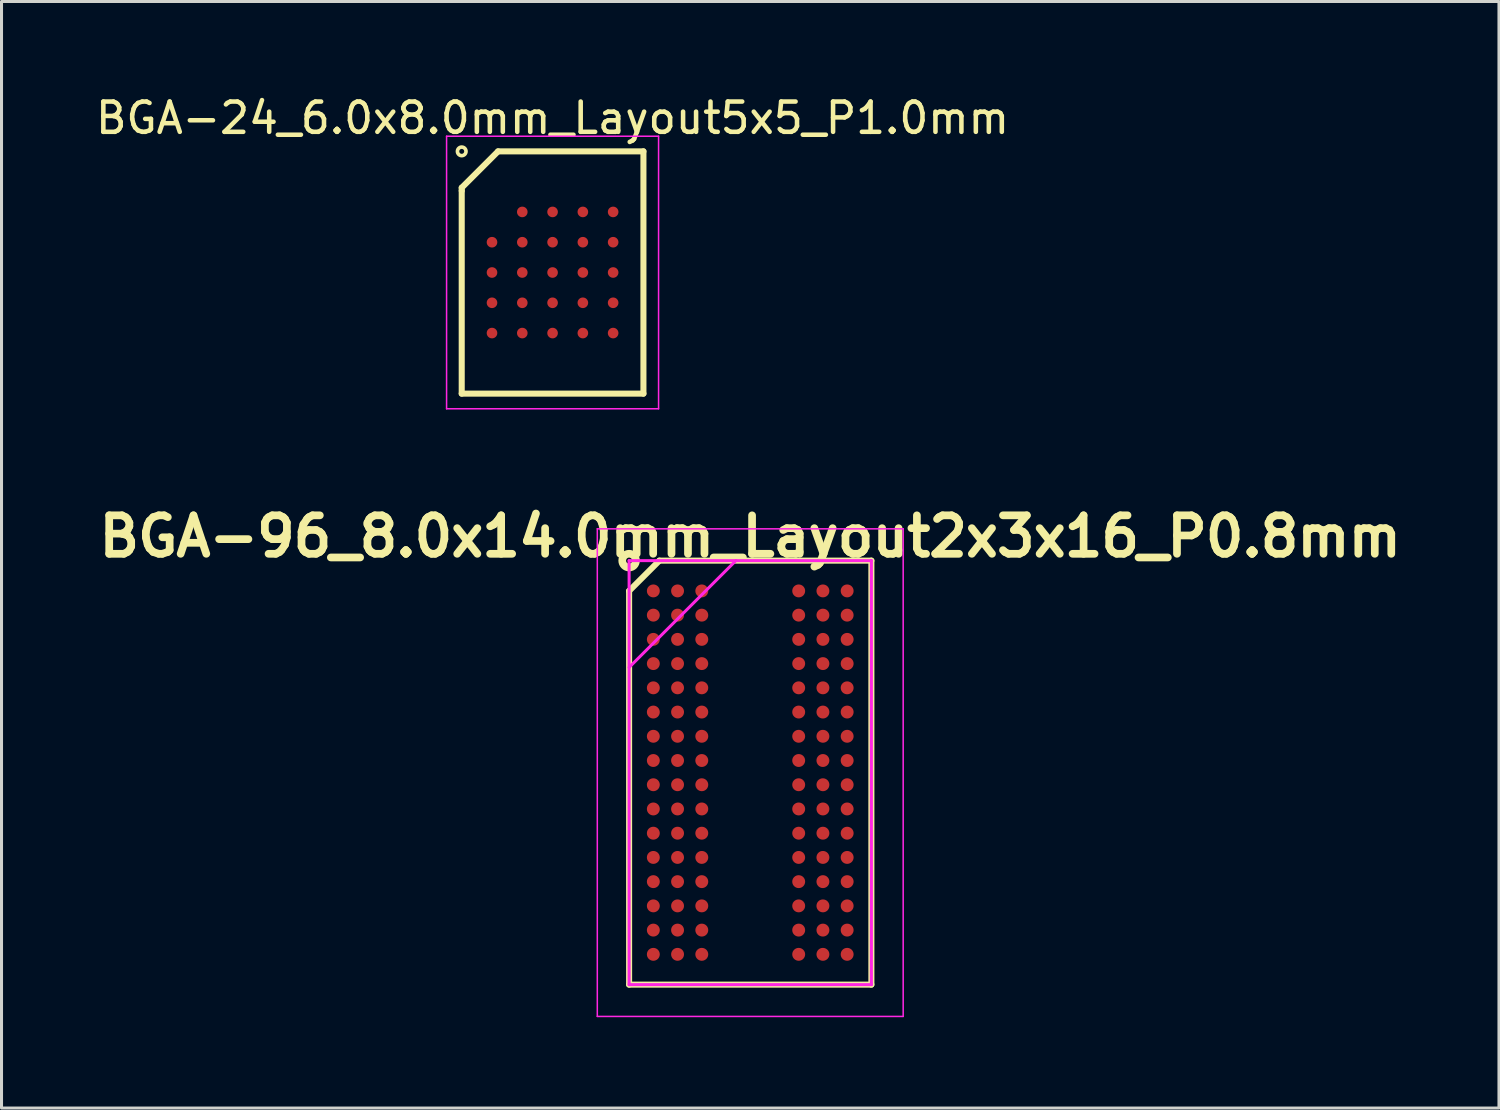
<source format=kicad_pcb>
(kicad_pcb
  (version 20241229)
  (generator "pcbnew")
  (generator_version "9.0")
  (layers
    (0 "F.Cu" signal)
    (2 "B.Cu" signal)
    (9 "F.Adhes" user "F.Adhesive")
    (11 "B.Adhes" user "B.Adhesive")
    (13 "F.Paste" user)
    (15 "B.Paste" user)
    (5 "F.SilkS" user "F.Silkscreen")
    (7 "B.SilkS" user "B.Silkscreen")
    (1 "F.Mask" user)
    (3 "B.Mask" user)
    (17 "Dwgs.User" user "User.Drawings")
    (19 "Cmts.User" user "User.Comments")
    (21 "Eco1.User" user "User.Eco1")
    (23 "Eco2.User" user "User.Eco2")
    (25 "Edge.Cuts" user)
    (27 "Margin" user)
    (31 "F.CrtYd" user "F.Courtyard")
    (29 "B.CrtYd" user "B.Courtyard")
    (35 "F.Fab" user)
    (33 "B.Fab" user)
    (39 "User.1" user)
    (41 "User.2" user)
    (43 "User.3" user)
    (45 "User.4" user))
  (footprint "BGA-96_8.0x14.0mm_Layout2x3x16_P0.8mm"
    (layer "F.Cu")
    (at 21.723 22.462)
    (property "Reference" "BGA-96_8.0x14.0mm_Layout2x3x16_P0.8mm" (at 0 -7.8 0) (layer "F.SilkS") (effects (font (size 1.27 1.27) (thickness 0.254))))
    (attr smd)
    (fp_line (start -4 -6) (end -3 -7) (stroke (width 0.2) (type solid)) (layer "F.SilkS"))
    (fp_line (start -4 7) (end -4 -6) (stroke (width 0.2) (type solid)) (layer "F.SilkS"))
    (fp_line (start -3 -7) (end 4 -7) (stroke (width 0.2) (type solid)) (layer "F.SilkS"))
    (fp_line (start 4 -7) (end 4 7) (stroke (width 0.2) (type solid)) (layer "F.SilkS"))
    (fp_line (start 4 7) (end -4 7) (stroke (width 0.2) (type solid)) (layer "F.SilkS"))
    (fp_circle (center -4 -7) (end -3.9 -7) (stroke (width 0.254) (type solid)) (fill no) (layer "F.SilkS"))
    (fp_line (start -5.05 -8.05) (end 5.05 -8.05) (stroke (width 0.05) (type solid)) (layer "F.CrtYd"))
    (fp_line (start -5.05 8.05) (end -5.05 -8.05) (stroke (width 0.05) (type solid)) (layer "F.CrtYd"))
    (fp_line (start -4 -7) (end 4 -7) (stroke (width 0.1) (type solid)) (layer "F.CrtYd"))
    (fp_line (start -4 -3.475) (end -0.475 -7) (stroke (width 0.1) (type solid)) (layer "F.CrtYd"))
    (fp_line (start -4 7) (end -4 -7) (stroke (width 0.1) (type solid)) (layer "F.CrtYd"))
    (fp_line (start 4 -7) (end 4 7) (stroke (width 0.1) (type solid)) (layer "F.CrtYd"))
    (fp_line (start 4 7) (end -4 7) (stroke (width 0.1) (type solid)) (layer "F.CrtYd"))
    (fp_line (start 5.05 -8.05) (end 5.05 8.05) (stroke (width 0.05) (type solid)) (layer "F.CrtYd"))
    (fp_line (start 5.05 8.05) (end -5.05 8.05) (stroke (width 0.05) (type solid)) (layer "F.CrtYd"))
    (pad "A1" smd circle (at -3.2 -6 90) (size 0.426 0.426) (layers "F.Cu" "F.Mask" "F.Paste"))
    (pad "A2" smd circle (at -2.4 -6 90) (size 0.426 0.426) (layers "F.Cu" "F.Mask" "F.Paste"))
    (pad "A3" smd circle (at -1.6 -6 90) (size 0.426 0.426) (layers "F.Cu" "F.Mask" "F.Paste"))
    (pad "A7" smd circle (at 1.6 -6 90) (size 0.426 0.426) (layers "F.Cu" "F.Mask" "F.Paste"))
    (pad "A8" smd circle (at 2.4 -6 90) (size 0.426 0.426) (layers "F.Cu" "F.Mask" "F.Paste"))
    (pad "A9" smd circle (at 3.2 -6 90) (size 0.426 0.426) (layers "F.Cu" "F.Mask" "F.Paste"))
    (pad "B1" smd circle (at -3.2 -5.2 90) (size 0.426 0.426) (layers "F.Cu" "F.Mask" "F.Paste"))
    (pad "B2" smd circle (at -2.4 -5.2 90) (size 0.426 0.426) (layers "F.Cu" "F.Mask" "F.Paste"))
    (pad "B3" smd circle (at -1.6 -5.2 90) (size 0.426 0.426) (layers "F.Cu" "F.Mask" "F.Paste"))
    (pad "B7" smd circle (at 1.6 -5.2 90) (size 0.426 0.426) (layers "F.Cu" "F.Mask" "F.Paste"))
    (pad "B8" smd circle (at 2.4 -5.2 90) (size 0.426 0.426) (layers "F.Cu" "F.Mask" "F.Paste"))
    (pad "B9" smd circle (at 3.2 -5.2 90) (size 0.426 0.426) (layers "F.Cu" "F.Mask" "F.Paste"))
    (pad "C1" smd circle (at -3.2 -4.4 90) (size 0.426 0.426) (layers "F.Cu" "F.Mask" "F.Paste"))
    (pad "C2" smd circle (at -2.4 -4.4 90) (size 0.426 0.426) (layers "F.Cu" "F.Mask" "F.Paste"))
    (pad "C3" smd circle (at -1.6 -4.4 90) (size 0.426 0.426) (layers "F.Cu" "F.Mask" "F.Paste"))
    (pad "C7" smd circle (at 1.6 -4.4 90) (size 0.426 0.426) (layers "F.Cu" "F.Mask" "F.Paste"))
    (pad "C8" smd circle (at 2.4 -4.4 90) (size 0.426 0.426) (layers "F.Cu" "F.Mask" "F.Paste"))
    (pad "C9" smd circle (at 3.2 -4.4 90) (size 0.426 0.426) (layers "F.Cu" "F.Mask" "F.Paste"))
    (pad "D1" smd circle (at -3.2 -3.6 90) (size 0.426 0.426) (layers "F.Cu" "F.Mask" "F.Paste"))
    (pad "D2" smd circle (at -2.4 -3.6 90) (size 0.426 0.426) (layers "F.Cu" "F.Mask" "F.Paste"))
    (pad "D3" smd circle (at -1.6 -3.6 90) (size 0.426 0.426) (layers "F.Cu" "F.Mask" "F.Paste"))
    (pad "D7" smd circle (at 1.6 -3.6 90) (size 0.426 0.426) (layers "F.Cu" "F.Mask" "F.Paste"))
    (pad "D8" smd circle (at 2.4 -3.6 90) (size 0.426 0.426) (layers "F.Cu" "F.Mask" "F.Paste"))
    (pad "D9" smd circle (at 3.2 -3.6 90) (size 0.426 0.426) (layers "F.Cu" "F.Mask" "F.Paste"))
    (pad "E1" smd circle (at -3.2 -2.8 90) (size 0.426 0.426) (layers "F.Cu" "F.Mask" "F.Paste"))
    (pad "E2" smd circle (at -2.4 -2.8 90) (size 0.426 0.426) (layers "F.Cu" "F.Mask" "F.Paste"))
    (pad "E3" smd circle (at -1.6 -2.8 90) (size 0.426 0.426) (layers "F.Cu" "F.Mask" "F.Paste"))
    (pad "E7" smd circle (at 1.6 -2.8 90) (size 0.426 0.426) (layers "F.Cu" "F.Mask" "F.Paste"))
    (pad "E8" smd circle (at 2.4 -2.8 90) (size 0.426 0.426) (layers "F.Cu" "F.Mask" "F.Paste"))
    (pad "E9" smd circle (at 3.2 -2.8 90) (size 0.426 0.426) (layers "F.Cu" "F.Mask" "F.Paste"))
    (pad "F1" smd circle (at -3.2 -2 90) (size 0.426 0.426) (layers "F.Cu" "F.Mask" "F.Paste"))
    (pad "F2" smd circle (at -2.4 -2 90) (size 0.426 0.426) (layers "F.Cu" "F.Mask" "F.Paste"))
    (pad "F3" smd circle (at -1.6 -2 90) (size 0.426 0.426) (layers "F.Cu" "F.Mask" "F.Paste"))
    (pad "F7" smd circle (at 1.6 -2 90) (size 0.426 0.426) (layers "F.Cu" "F.Mask" "F.Paste"))
    (pad "F8" smd circle (at 2.4 -2 90) (size 0.426 0.426) (layers "F.Cu" "F.Mask" "F.Paste"))
    (pad "F9" smd circle (at 3.2 -2 90) (size 0.426 0.426) (layers "F.Cu" "F.Mask" "F.Paste"))
    (pad "G1" smd circle (at -3.2 -1.2 90) (size 0.426 0.426) (layers "F.Cu" "F.Mask" "F.Paste"))
    (pad "G2" smd circle (at -2.4 -1.2 90) (size 0.426 0.426) (layers "F.Cu" "F.Mask" "F.Paste"))
    (pad "G3" smd circle (at -1.6 -1.2 90) (size 0.426 0.426) (layers "F.Cu" "F.Mask" "F.Paste"))
    (pad "G7" smd circle (at 1.6 -1.2 90) (size 0.426 0.426) (layers "F.Cu" "F.Mask" "F.Paste"))
    (pad "G8" smd circle (at 2.4 -1.2 90) (size 0.426 0.426) (layers "F.Cu" "F.Mask" "F.Paste"))
    (pad "G9" smd circle (at 3.2 -1.2 90) (size 0.426 0.426) (layers "F.Cu" "F.Mask" "F.Paste"))
    (pad "H1" smd circle (at -3.2 -0.4 90) (size 0.426 0.426) (layers "F.Cu" "F.Mask" "F.Paste"))
    (pad "H2" smd circle (at -2.4 -0.4 90) (size 0.426 0.426) (layers "F.Cu" "F.Mask" "F.Paste"))
    (pad "H3" smd circle (at -1.6 -0.4 90) (size 0.426 0.426) (layers "F.Cu" "F.Mask" "F.Paste"))
    (pad "H7" smd circle (at 1.6 -0.4 90) (size 0.426 0.426) (layers "F.Cu" "F.Mask" "F.Paste"))
    (pad "H8" smd circle (at 2.4 -0.4 90) (size 0.426 0.426) (layers "F.Cu" "F.Mask" "F.Paste"))
    (pad "H9" smd circle (at 3.2 -0.4 90) (size 0.426 0.426) (layers "F.Cu" "F.Mask" "F.Paste"))
    (pad "J1" smd circle (at -3.2 0.4 90) (size 0.426 0.426) (layers "F.Cu" "F.Mask" "F.Paste"))
    (pad "J2" smd circle (at -2.4 0.4 90) (size 0.426 0.426) (layers "F.Cu" "F.Mask" "F.Paste"))
    (pad "J3" smd circle (at -1.6 0.4 90) (size 0.426 0.426) (layers "F.Cu" "F.Mask" "F.Paste"))
    (pad "J7" smd circle (at 1.6 0.4 90) (size 0.426 0.426) (layers "F.Cu" "F.Mask" "F.Paste"))
    (pad "J8" smd circle (at 2.4 0.4 90) (size 0.426 0.426) (layers "F.Cu" "F.Mask" "F.Paste"))
    (pad "J9" smd circle (at 3.2 0.4 90) (size 0.426 0.426) (layers "F.Cu" "F.Mask" "F.Paste"))
    (pad "K1" smd circle (at -3.2 1.2 90) (size 0.426 0.426) (layers "F.Cu" "F.Mask" "F.Paste"))
    (pad "K2" smd circle (at -2.4 1.2 90) (size 0.426 0.426) (layers "F.Cu" "F.Mask" "F.Paste"))
    (pad "K3" smd circle (at -1.6 1.2 90) (size 0.426 0.426) (layers "F.Cu" "F.Mask" "F.Paste"))
    (pad "K7" smd circle (at 1.6 1.2 90) (size 0.426 0.426) (layers "F.Cu" "F.Mask" "F.Paste"))
    (pad "K8" smd circle (at 2.4 1.2 90) (size 0.426 0.426) (layers "F.Cu" "F.Mask" "F.Paste"))
    (pad "K9" smd circle (at 3.2 1.2 90) (size 0.426 0.426) (layers "F.Cu" "F.Mask" "F.Paste"))
    (pad "L1" smd circle (at -3.2 2 90) (size 0.426 0.426) (layers "F.Cu" "F.Mask" "F.Paste"))
    (pad "L2" smd circle (at -2.4 2 90) (size 0.426 0.426) (layers "F.Cu" "F.Mask" "F.Paste"))
    (pad "L3" smd circle (at -1.6 2 90) (size 0.426 0.426) (layers "F.Cu" "F.Mask" "F.Paste"))
    (pad "L7" smd circle (at 1.6 2 90) (size 0.426 0.426) (layers "F.Cu" "F.Mask" "F.Paste"))
    (pad "L8" smd circle (at 2.4 2 90) (size 0.426 0.426) (layers "F.Cu" "F.Mask" "F.Paste"))
    (pad "L9" smd circle (at 3.2 2 90) (size 0.426 0.426) (layers "F.Cu" "F.Mask" "F.Paste"))
    (pad "M1" smd circle (at -3.2 2.8 90) (size 0.426 0.426) (layers "F.Cu" "F.Mask" "F.Paste"))
    (pad "M2" smd circle (at -2.4 2.8 90) (size 0.426 0.426) (layers "F.Cu" "F.Mask" "F.Paste"))
    (pad "M3" smd circle (at -1.6 2.8 90) (size 0.426 0.426) (layers "F.Cu" "F.Mask" "F.Paste"))
    (pad "M7" smd circle (at 1.6 2.8 90) (size 0.426 0.426) (layers "F.Cu" "F.Mask" "F.Paste"))
    (pad "M8" smd circle (at 2.4 2.8 90) (size 0.426 0.426) (layers "F.Cu" "F.Mask" "F.Paste"))
    (pad "M9" smd circle (at 3.2 2.8 90) (size 0.426 0.426) (layers "F.Cu" "F.Mask" "F.Paste"))
    (pad "N1" smd circle (at -3.2 3.6 90) (size 0.426 0.426) (layers "F.Cu" "F.Mask" "F.Paste"))
    (pad "N2" smd circle (at -2.4 3.6 90) (size 0.426 0.426) (layers "F.Cu" "F.Mask" "F.Paste"))
    (pad "N3" smd circle (at -1.6 3.6 90) (size 0.426 0.426) (layers "F.Cu" "F.Mask" "F.Paste"))
    (pad "N7" smd circle (at 1.6 3.6 90) (size 0.426 0.426) (layers "F.Cu" "F.Mask" "F.Paste"))
    (pad "N8" smd circle (at 2.4 3.6 90) (size 0.426 0.426) (layers "F.Cu" "F.Mask" "F.Paste"))
    (pad "N9" smd circle (at 3.2 3.6 90) (size 0.426 0.426) (layers "F.Cu" "F.Mask" "F.Paste"))
    (pad "P1" smd circle (at -3.2 4.4 90) (size 0.426 0.426) (layers "F.Cu" "F.Mask" "F.Paste"))
    (pad "P2" smd circle (at -2.4 4.4 90) (size 0.426 0.426) (layers "F.Cu" "F.Mask" "F.Paste"))
    (pad "P3" smd circle (at -1.6 4.4 90) (size 0.426 0.426) (layers "F.Cu" "F.Mask" "F.Paste"))
    (pad "P7" smd circle (at 1.6 4.4 90) (size 0.426 0.426) (layers "F.Cu" "F.Mask" "F.Paste"))
    (pad "P8" smd circle (at 2.4 4.4 90) (size 0.426 0.426) (layers "F.Cu" "F.Mask" "F.Paste"))
    (pad "P9" smd circle (at 3.2 4.4 90) (size 0.426 0.426) (layers "F.Cu" "F.Mask" "F.Paste"))
    (pad "R1" smd circle (at -3.2 5.2 90) (size 0.426 0.426) (layers "F.Cu" "F.Mask" "F.Paste"))
    (pad "R2" smd circle (at -2.4 5.2 90) (size 0.426 0.426) (layers "F.Cu" "F.Mask" "F.Paste"))
    (pad "R3" smd circle (at -1.6 5.2 90) (size 0.426 0.426) (layers "F.Cu" "F.Mask" "F.Paste"))
    (pad "R7" smd circle (at 1.6 5.2 90) (size 0.426 0.426) (layers "F.Cu" "F.Mask" "F.Paste"))
    (pad "R8" smd circle (at 2.4 5.2 90) (size 0.426 0.426) (layers "F.Cu" "F.Mask" "F.Paste"))
    (pad "R9" smd circle (at 3.2 5.2 90) (size 0.426 0.426) (layers "F.Cu" "F.Mask" "F.Paste"))
    (pad "T1" smd circle (at -3.2 6 90) (size 0.426 0.426) (layers "F.Cu" "F.Mask" "F.Paste"))
    (pad "T2" smd circle (at -2.4 6 90) (size 0.426 0.426) (layers "F.Cu" "F.Mask" "F.Paste"))
    (pad "T3" smd circle (at -1.6 6 90) (size 0.426 0.426) (layers "F.Cu" "F.Mask" "F.Paste"))
    (pad "T7" smd circle (at 1.6 6 90) (size 0.426 0.426) (layers "F.Cu" "F.Mask" "F.Paste"))
    (pad "T8" smd circle (at 2.4 6 90) (size 0.426 0.426) (layers "F.Cu" "F.Mask" "F.Paste"))
    (pad "T9" smd circle (at 3.2 6 90) (size 0.426 0.426) (layers "F.Cu" "F.Mask" "F.Paste")))
  (footprint "BGA-24_6.0x8.0mm_Layout5x5_P1.0mm"
    (layer "F.Cu")
    (at 15.196 5.948)
    (property "Reference" "BGA-24_6.0x8.0mm_Layout5x5_P1.0mm" (at 0 -5.1 0) (layer "F.SilkS") (effects (font (size 1 1) (thickness 0.15))))
    (attr smd)
    (fp_line (start -3 -2.8) (end -1.8 -4) (stroke (width 0.2) (type solid)) (layer "F.SilkS"))
    (fp_line (start -3 -2.7) (end -3 -2.8) (stroke (width 0.2) (type solid)) (layer "F.SilkS"))
    (fp_line (start -3 4) (end -3 -2.7) (stroke (width 0.2) (type solid)) (layer "F.SilkS"))
    (fp_line (start -1.8 -4) (end 3 -4) (stroke (width 0.2) (type solid)) (layer "F.SilkS"))
    (fp_line (start 3 -4) (end 3 4) (stroke (width 0.2) (type solid)) (layer "F.SilkS"))
    (fp_line (start 3 4) (end -3 4) (stroke (width 0.2) (type solid)) (layer "F.SilkS"))
    (fp_circle (center -3 -4) (end -2.9 -3.9) (stroke (width 0.12) (type solid)) (fill no) (layer "F.SilkS"))
    (fp_line (start -3.5 -4.5) (end 3.5 -4.5) (stroke (width 0.05) (type solid)) (layer "F.CrtYd"))
    (fp_line (start -3.5 4.5) (end -3.5 -4.5) (stroke (width 0.05) (type solid)) (layer "F.CrtYd"))
    (fp_line (start 3.5 -4.5) (end 3.5 4.5) (stroke (width 0.05) (type solid)) (layer "F.CrtYd"))
    (fp_line (start 3.5 4.5) (end -3.5 4.5) (stroke (width 0.05) (type solid)) (layer "F.CrtYd"))
    (pad "A2" smd circle (at -1 -2) (size 0.35 0.35) (layers "F.Cu" "F.Mask" "F.Paste"))
    (pad "A3" smd circle (at 0 -2) (size 0.35 0.35) (layers "F.Cu" "F.Mask" "F.Paste"))
    (pad "A4" smd circle (at 1 -2) (size 0.35 0.35) (layers "F.Cu" "F.Mask" "F.Paste"))
    (pad "A5" smd circle (at 2 -2) (size 0.35 0.35) (layers "F.Cu" "F.Mask" "F.Paste"))
    (pad "B1" smd circle (at -2 -1) (size 0.35 0.35) (layers "F.Cu" "F.Mask" "F.Paste"))
    (pad "B2" smd circle (at -1 -1) (size 0.35 0.35) (layers "F.Cu" "F.Mask" "F.Paste"))
    (pad "B3" smd circle (at 0 -1) (size 0.35 0.35) (layers "F.Cu" "F.Mask" "F.Paste"))
    (pad "B4" smd circle (at 1 -1) (size 0.35 0.35) (layers "F.Cu" "F.Mask" "F.Paste"))
    (pad "B5" smd circle (at 2 -1) (size 0.35 0.35) (layers "F.Cu" "F.Mask" "F.Paste"))
    (pad "C1" smd circle (at -2 0) (size 0.35 0.35) (layers "F.Cu" "F.Mask" "F.Paste"))
    (pad "C2" smd circle (at -1 0) (size 0.35 0.35) (layers "F.Cu" "F.Mask" "F.Paste"))
    (pad "C3" smd circle (at 0 0) (size 0.35 0.35) (layers "F.Cu" "F.Mask" "F.Paste"))
    (pad "C4" smd circle (at 1 0) (size 0.35 0.35) (layers "F.Cu" "F.Mask" "F.Paste"))
    (pad "C5" smd circle (at 2 0) (size 0.35 0.35) (layers "F.Cu" "F.Mask" "F.Paste"))
    (pad "D1" smd circle (at -2 1) (size 0.35 0.35) (layers "F.Cu" "F.Mask" "F.Paste"))
    (pad "D2" smd circle (at -1 1) (size 0.35 0.35) (layers "F.Cu" "F.Mask" "F.Paste"))
    (pad "D3" smd circle (at 0 1) (size 0.35 0.35) (layers "F.Cu" "F.Mask" "F.Paste"))
    (pad "D4" smd circle (at 1 1) (size 0.35 0.35) (layers "F.Cu" "F.Mask" "F.Paste"))
    (pad "D5" smd circle (at 2 1) (size 0.35 0.35) (layers "F.Cu" "F.Mask" "F.Paste"))
    (pad "E1" smd circle (at -2 2) (size 0.35 0.35) (layers "F.Cu" "F.Mask" "F.Paste"))
    (pad "E2" smd circle (at -1 2) (size 0.35 0.35) (layers "F.Cu" "F.Mask" "F.Paste"))
    (pad "E3" smd circle (at 0 2) (size 0.35 0.35) (layers "F.Cu" "F.Mask" "F.Paste"))
    (pad "E4" smd circle (at 1 2) (size 0.35 0.35) (layers "F.Cu" "F.Mask" "F.Paste"))
    (pad "E5" smd circle (at 2 2) (size 0.35 0.35) (layers "F.Cu" "F.Mask" "F.Paste")))
  (gr_rect
    (start -3 -3)
    (end 46.446 33.537)
    (stroke (width 0.1) (type default))
    (fill no)
    (layer "Edge.Cuts")))
</source>
